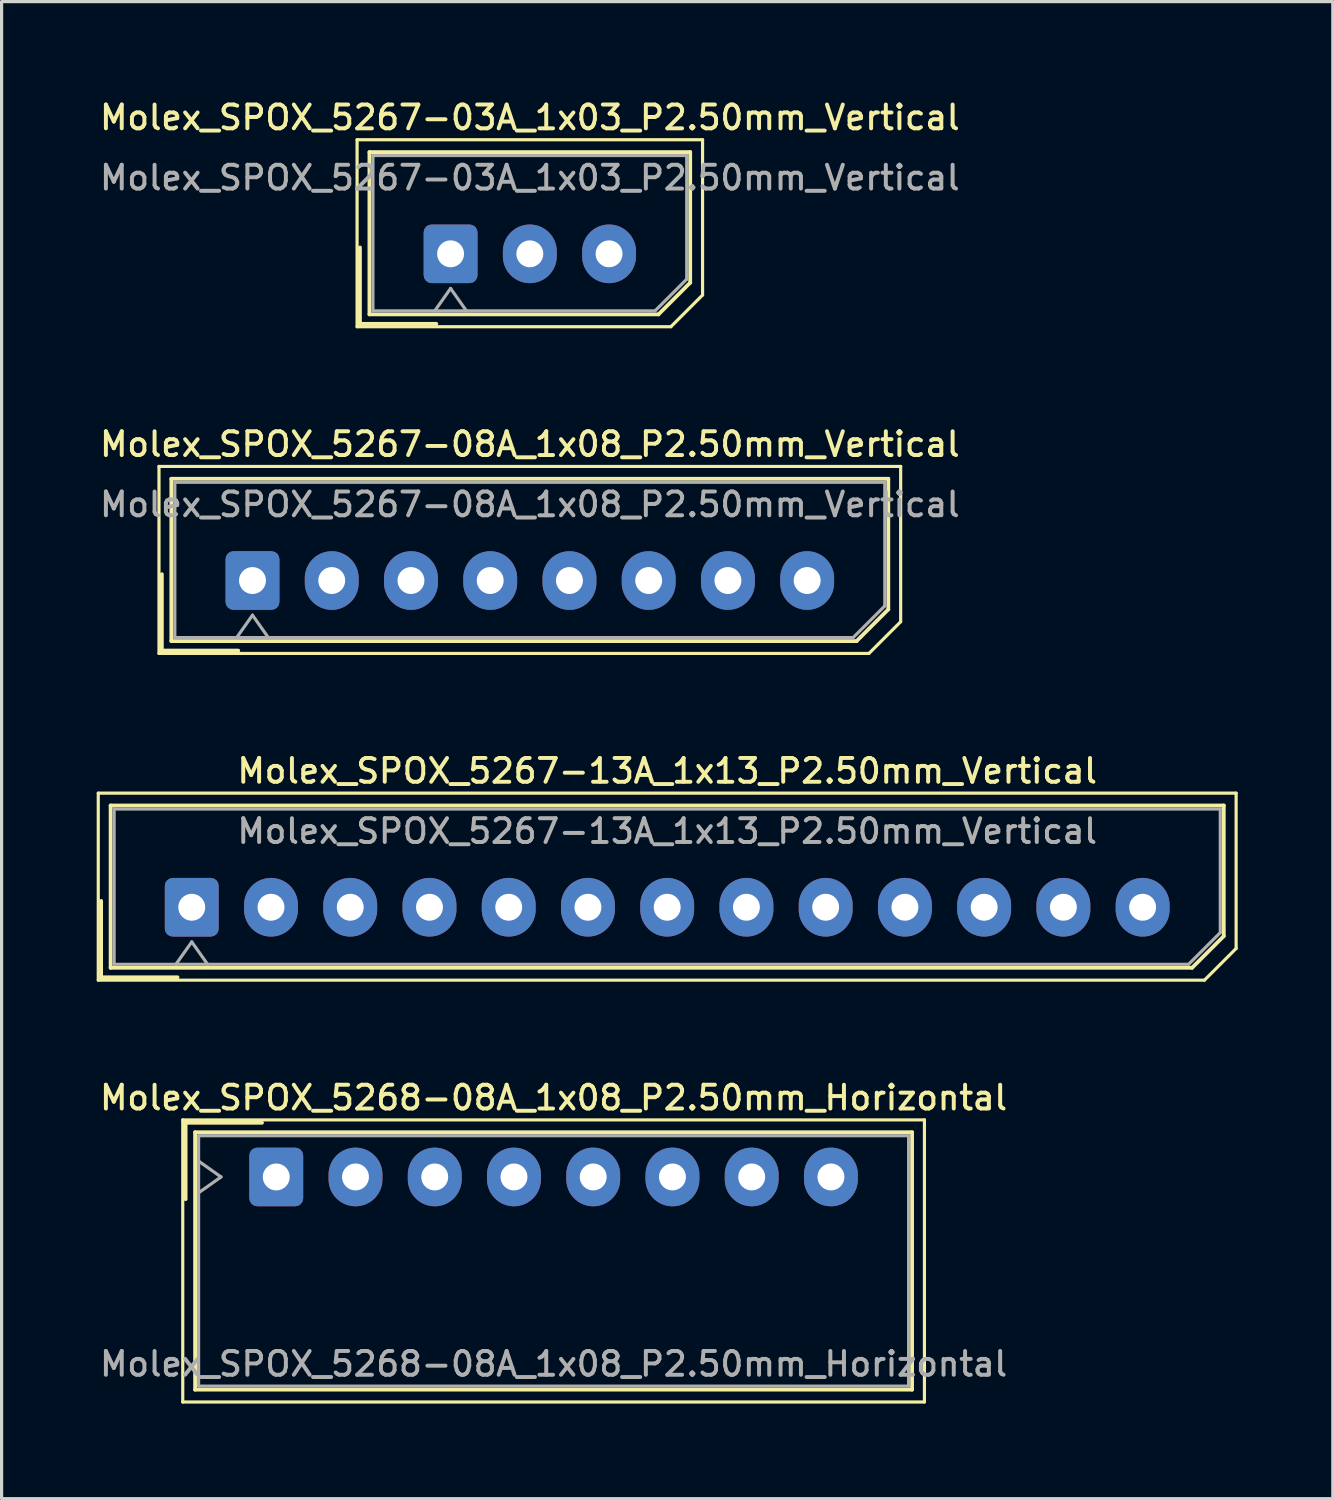
<source format=kicad_pcb>
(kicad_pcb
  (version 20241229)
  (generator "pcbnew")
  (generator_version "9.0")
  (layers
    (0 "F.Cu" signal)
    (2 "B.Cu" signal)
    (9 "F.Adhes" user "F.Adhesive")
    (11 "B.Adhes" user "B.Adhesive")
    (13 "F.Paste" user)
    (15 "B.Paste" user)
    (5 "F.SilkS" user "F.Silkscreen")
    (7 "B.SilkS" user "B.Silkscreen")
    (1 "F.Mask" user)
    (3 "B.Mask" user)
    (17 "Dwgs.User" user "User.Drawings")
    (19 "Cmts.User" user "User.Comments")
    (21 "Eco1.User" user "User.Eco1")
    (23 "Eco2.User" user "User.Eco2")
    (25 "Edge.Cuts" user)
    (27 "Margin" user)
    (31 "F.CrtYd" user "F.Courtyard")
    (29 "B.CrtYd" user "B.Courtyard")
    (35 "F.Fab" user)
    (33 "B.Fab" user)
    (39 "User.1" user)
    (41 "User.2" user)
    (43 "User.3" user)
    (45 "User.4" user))
  (footprint "Molex_SPOX_5267-03A_1x03_P2.50mm_Vertical"
    (layer "F.Cu")
    (at 11.166 4.958)
    (property "Reference" "Molex_SPOX_5267-03A_1x03_P2.50mm_Vertical" (at 2.5 -4.3 0) (layer "F.SilkS") (effects (font (size 0.75 0.75) (thickness 0.125))))
    (attr through_hole)
    (fp_line (start -2.95 -3.6) (end -2.95 2.3) (stroke (width 0.1) (type solid)) (layer "F.SilkS"))
    (fp_line (start -2.95 2.3) (end 6.95 2.3) (stroke (width 0.1) (type solid)) (layer "F.SilkS"))
    (fp_line (start -2.86 -0.2) (end -2.86 2.21) (stroke (width 0.12) (type solid)) (layer "F.SilkS"))
    (fp_line (start -2.86 2.21) (end -0.45 2.21) (stroke (width 0.12) (type solid)) (layer "F.SilkS"))
    (fp_line (start -2.56 -3.21) (end -2.56 1.91) (stroke (width 0.12) (type solid)) (layer "F.SilkS"))
    (fp_line (start -2.56 1.91) (end 6.56 1.91) (stroke (width 0.12) (type solid)) (layer "F.SilkS"))
    (fp_line (start 6.56 1.91) (end 7.56 0.91) (stroke (width 0.12) (type solid)) (layer "F.SilkS"))
    (fp_line (start 6.95 2.3) (end 7.95 1.3) (stroke (width 0.1) (type solid)) (layer "F.SilkS"))
    (fp_line (start 7.56 -3.21) (end -2.56 -3.21) (stroke (width 0.12) (type solid)) (layer "F.SilkS"))
    (fp_line (start 7.56 0.91) (end 7.56 -3.21) (stroke (width 0.12) (type solid)) (layer "F.SilkS"))
    (fp_line (start 7.95 -3.6) (end -2.95 -3.6) (stroke (width 0.1) (type solid)) (layer "F.SilkS"))
    (fp_line (start 7.95 1.3) (end 7.95 -3.6) (stroke (width 0.1) (type solid)) (layer "F.SilkS"))
    (fp_line (start -2.45 -3.1) (end -2.45 1.8) (stroke (width 0.1) (type solid)) (layer "F.Fab"))
    (fp_line (start -2.45 1.8) (end 6.45 1.8) (stroke (width 0.1) (type solid)) (layer "F.Fab"))
    (fp_line (start -0.5 1.8) (end 0 1.093) (stroke (width 0.1) (type solid)) (layer "F.Fab"))
    (fp_line (start 0 1.093) (end 0.5 1.8) (stroke (width 0.1) (type solid)) (layer "F.Fab"))
    (fp_line (start 6.45 1.8) (end 7.45 0.8) (stroke (width 0.1) (type solid)) (layer "F.Fab"))
    (fp_line (start 7.45 -3.1) (end -2.45 -3.1) (stroke (width 0.1) (type solid)) (layer "F.Fab"))
    (fp_line (start 7.45 0.8) (end 7.45 -3.1) (stroke (width 0.1) (type solid)) (layer "F.Fab"))
    (fp_text user "${REFERENCE}" (at 2.5 -2.4 0) (layer "F.Fab") (effects (font (size 0.75 0.75) (thickness 0.125))))
    (pad "1" thru_hole roundrect (at 0 0) (size 1.7 1.85) (drill 0.85) (layers "*.Cu" "*.Mask") (roundrect_rratio 0.147))
    (pad "2" thru_hole oval (at 2.5 0) (size 1.7 1.85) (drill 0.85) (layers "*.Cu" "*.Mask"))
    (pad "3" thru_hole oval (at 5 0) (size 1.7 1.85) (drill 0.85) (layers "*.Cu" "*.Mask")))
  (footprint "Molex_SPOX_5268-08A_1x08_P2.50mm_Horizontal"
    (layer "F.Cu")
    (at 5.666 34.083)
    (property "Reference" "Molex_SPOX_5268-08A_1x08_P2.50mm_Horizontal" (at 8.75 -2.5 0) (layer "F.SilkS") (effects (font (size 0.75 0.75) (thickness 0.125))))
    (attr through_hole)
    (fp_line (start -2.95 -1.8) (end -2.95 7.1) (stroke (width 0.1) (type solid)) (layer "F.SilkS"))
    (fp_line (start -2.95 7.1) (end 20.45 7.1) (stroke (width 0.1) (type solid)) (layer "F.SilkS"))
    (fp_line (start -2.86 -1.71) (end -0.45 -1.71) (stroke (width 0.12) (type solid)) (layer "F.SilkS"))
    (fp_line (start -2.86 0.7) (end -2.86 -1.71) (stroke (width 0.12) (type solid)) (layer "F.SilkS"))
    (fp_line (start -2.56 -1.41) (end -2.56 6.71) (stroke (width 0.12) (type solid)) (layer "F.SilkS"))
    (fp_line (start -2.56 6.71) (end 20.06 6.71) (stroke (width 0.12) (type solid)) (layer "F.SilkS"))
    (fp_line (start 20.06 -1.41) (end -2.56 -1.41) (stroke (width 0.12) (type solid)) (layer "F.SilkS"))
    (fp_line (start 20.06 6.71) (end 20.06 -1.41) (stroke (width 0.12) (type solid)) (layer "F.SilkS"))
    (fp_line (start 20.45 -1.8) (end -2.95 -1.8) (stroke (width 0.1) (type solid)) (layer "F.SilkS"))
    (fp_line (start 20.45 7.1) (end 20.45 -1.8) (stroke (width 0.1) (type solid)) (layer "F.SilkS"))
    (fp_line (start -2.45 -1.3) (end -2.45 6.6) (stroke (width 0.1) (type solid)) (layer "F.Fab"))
    (fp_line (start -2.45 0.5) (end -1.743 0) (stroke (width 0.1) (type solid)) (layer "F.Fab"))
    (fp_line (start -2.45 6.6) (end 19.95 6.6) (stroke (width 0.1) (type solid)) (layer "F.Fab"))
    (fp_line (start -1.743 0) (end -2.45 -0.5) (stroke (width 0.1) (type solid)) (layer "F.Fab"))
    (fp_line (start 19.95 -1.3) (end -2.45 -1.3) (stroke (width 0.1) (type solid)) (layer "F.Fab"))
    (fp_line (start 19.95 6.6) (end 19.95 -1.3) (stroke (width 0.1) (type solid)) (layer "F.Fab"))
    (fp_text user "${REFERENCE}" (at 8.75 5.9 0) (layer "F.Fab") (effects (font (size 0.75 0.75) (thickness 0.125))))
    (pad "1" thru_hole roundrect (at 0 0) (size 1.7 1.85) (drill 0.85) (layers "*.Cu" "*.Mask") (roundrect_rratio 0.147))
    (pad "2" thru_hole oval (at 2.5 0) (size 1.7 1.85) (drill 0.85) (layers "*.Cu" "*.Mask"))
    (pad "3" thru_hole oval (at 5 0) (size 1.7 1.85) (drill 0.85) (layers "*.Cu" "*.Mask"))
    (pad "4" thru_hole oval (at 7.5 0) (size 1.7 1.85) (drill 0.85) (layers "*.Cu" "*.Mask"))
    (pad "5" thru_hole oval (at 10 0) (size 1.7 1.85) (drill 0.85) (layers "*.Cu" "*.Mask"))
    (pad "6" thru_hole oval (at 12.5 0) (size 1.7 1.85) (drill 0.85) (layers "*.Cu" "*.Mask"))
    (pad "7" thru_hole oval (at 15 0) (size 1.7 1.85) (drill 0.85) (layers "*.Cu" "*.Mask"))
    (pad "8" thru_hole oval (at 17.5 0) (size 1.7 1.85) (drill 0.85) (layers "*.Cu" "*.Mask")))
  (footprint "Molex_SPOX_5267-13A_1x13_P2.50mm_Vertical"
    (layer "F.Cu")
    (at 3 25.574)
    (property "Reference" "Molex_SPOX_5267-13A_1x13_P2.50mm_Vertical" (at 15 -4.3 0) (layer "F.SilkS") (effects (font (size 0.75 0.75) (thickness 0.125))))
    (attr through_hole)
    (fp_line (start -2.95 -3.6) (end -2.95 2.3) (stroke (width 0.1) (type solid)) (layer "F.SilkS"))
    (fp_line (start -2.95 2.3) (end 31.95 2.3) (stroke (width 0.1) (type solid)) (layer "F.SilkS"))
    (fp_line (start -2.86 -0.2) (end -2.86 2.21) (stroke (width 0.12) (type solid)) (layer "F.SilkS"))
    (fp_line (start -2.86 2.21) (end -0.45 2.21) (stroke (width 0.12) (type solid)) (layer "F.SilkS"))
    (fp_line (start -2.56 -3.21) (end -2.56 1.91) (stroke (width 0.12) (type solid)) (layer "F.SilkS"))
    (fp_line (start -2.56 1.91) (end 31.56 1.91) (stroke (width 0.12) (type solid)) (layer "F.SilkS"))
    (fp_line (start 31.56 1.91) (end 32.56 0.91) (stroke (width 0.12) (type solid)) (layer "F.SilkS"))
    (fp_line (start 31.95 2.3) (end 32.95 1.3) (stroke (width 0.1) (type solid)) (layer "F.SilkS"))
    (fp_line (start 32.56 -3.21) (end -2.56 -3.21) (stroke (width 0.12) (type solid)) (layer "F.SilkS"))
    (fp_line (start 32.56 0.91) (end 32.56 -3.21) (stroke (width 0.12) (type solid)) (layer "F.SilkS"))
    (fp_line (start 32.95 -3.6) (end -2.95 -3.6) (stroke (width 0.1) (type solid)) (layer "F.SilkS"))
    (fp_line (start 32.95 1.3) (end 32.95 -3.6) (stroke (width 0.1) (type solid)) (layer "F.SilkS"))
    (fp_line (start -2.45 -3.1) (end -2.45 1.8) (stroke (width 0.1) (type solid)) (layer "F.Fab"))
    (fp_line (start -2.45 1.8) (end 31.45 1.8) (stroke (width 0.1) (type solid)) (layer "F.Fab"))
    (fp_line (start -0.5 1.8) (end 0 1.093) (stroke (width 0.1) (type solid)) (layer "F.Fab"))
    (fp_line (start 0 1.093) (end 0.5 1.8) (stroke (width 0.1) (type solid)) (layer "F.Fab"))
    (fp_line (start 31.45 1.8) (end 32.45 0.8) (stroke (width 0.1) (type solid)) (layer "F.Fab"))
    (fp_line (start 32.45 -3.1) (end -2.45 -3.1) (stroke (width 0.1) (type solid)) (layer "F.Fab"))
    (fp_line (start 32.45 0.8) (end 32.45 -3.1) (stroke (width 0.1) (type solid)) (layer "F.Fab"))
    (fp_text user "${REFERENCE}" (at 15 -2.4 0) (layer "F.Fab") (effects (font (size 0.75 0.75) (thickness 0.125))))
    (pad "1" thru_hole roundrect (at 0 0) (size 1.7 1.85) (drill 0.85) (layers "*.Cu" "*.Mask") (roundrect_rratio 0.147))
    (pad "2" thru_hole oval (at 2.5 0) (size 1.7 1.85) (drill 0.85) (layers "*.Cu" "*.Mask"))
    (pad "3" thru_hole oval (at 5 0) (size 1.7 1.85) (drill 0.85) (layers "*.Cu" "*.Mask"))
    (pad "4" thru_hole oval (at 7.5 0) (size 1.7 1.85) (drill 0.85) (layers "*.Cu" "*.Mask"))
    (pad "5" thru_hole oval (at 10 0) (size 1.7 1.85) (drill 0.85) (layers "*.Cu" "*.Mask"))
    (pad "6" thru_hole oval (at 12.5 0) (size 1.7 1.85) (drill 0.85) (layers "*.Cu" "*.Mask"))
    (pad "7" thru_hole oval (at 15 0) (size 1.7 1.85) (drill 0.85) (layers "*.Cu" "*.Mask"))
    (pad "8" thru_hole oval (at 17.5 0) (size 1.7 1.85) (drill 0.85) (layers "*.Cu" "*.Mask"))
    (pad "9" thru_hole oval (at 20 0) (size 1.7 1.85) (drill 0.85) (layers "*.Cu" "*.Mask"))
    (pad "10" thru_hole oval (at 22.5 0) (size 1.7 1.85) (drill 0.85) (layers "*.Cu" "*.Mask"))
    (pad "11" thru_hole oval (at 25 0) (size 1.7 1.85) (drill 0.85) (layers "*.Cu" "*.Mask"))
    (pad "12" thru_hole oval (at 27.5 0) (size 1.7 1.85) (drill 0.85) (layers "*.Cu" "*.Mask"))
    (pad "13" thru_hole oval (at 30 0) (size 1.7 1.85) (drill 0.85) (layers "*.Cu" "*.Mask")))
  (footprint "Molex_SPOX_5267-08A_1x08_P2.50mm_Vertical"
    (layer "F.Cu")
    (at 4.916 15.266)
    (property "Reference" "Molex_SPOX_5267-08A_1x08_P2.50mm_Vertical" (at 8.75 -4.3 0) (layer "F.SilkS") (effects (font (size 0.75 0.75) (thickness 0.125))))
    (attr through_hole)
    (fp_line (start -2.95 -3.6) (end -2.95 2.3) (stroke (width 0.1) (type solid)) (layer "F.SilkS"))
    (fp_line (start -2.95 2.3) (end 19.45 2.3) (stroke (width 0.1) (type solid)) (layer "F.SilkS"))
    (fp_line (start -2.86 -0.2) (end -2.86 2.21) (stroke (width 0.12) (type solid)) (layer "F.SilkS"))
    (fp_line (start -2.86 2.21) (end -0.45 2.21) (stroke (width 0.12) (type solid)) (layer "F.SilkS"))
    (fp_line (start -2.56 -3.21) (end -2.56 1.91) (stroke (width 0.12) (type solid)) (layer "F.SilkS"))
    (fp_line (start -2.56 1.91) (end 19.06 1.91) (stroke (width 0.12) (type solid)) (layer "F.SilkS"))
    (fp_line (start 19.06 1.91) (end 20.06 0.91) (stroke (width 0.12) (type solid)) (layer "F.SilkS"))
    (fp_line (start 19.45 2.3) (end 20.45 1.3) (stroke (width 0.1) (type solid)) (layer "F.SilkS"))
    (fp_line (start 20.06 -3.21) (end -2.56 -3.21) (stroke (width 0.12) (type solid)) (layer "F.SilkS"))
    (fp_line (start 20.06 0.91) (end 20.06 -3.21) (stroke (width 0.12) (type solid)) (layer "F.SilkS"))
    (fp_line (start 20.45 -3.6) (end -2.95 -3.6) (stroke (width 0.1) (type solid)) (layer "F.SilkS"))
    (fp_line (start 20.45 1.3) (end 20.45 -3.6) (stroke (width 0.1) (type solid)) (layer "F.SilkS"))
    (fp_line (start -2.45 -3.1) (end -2.45 1.8) (stroke (width 0.1) (type solid)) (layer "F.Fab"))
    (fp_line (start -2.45 1.8) (end 18.95 1.8) (stroke (width 0.1) (type solid)) (layer "F.Fab"))
    (fp_line (start -0.5 1.8) (end 0 1.093) (stroke (width 0.1) (type solid)) (layer "F.Fab"))
    (fp_line (start 0 1.093) (end 0.5 1.8) (stroke (width 0.1) (type solid)) (layer "F.Fab"))
    (fp_line (start 18.95 1.8) (end 19.95 0.8) (stroke (width 0.1) (type solid)) (layer "F.Fab"))
    (fp_line (start 19.95 -3.1) (end -2.45 -3.1) (stroke (width 0.1) (type solid)) (layer "F.Fab"))
    (fp_line (start 19.95 0.8) (end 19.95 -3.1) (stroke (width 0.1) (type solid)) (layer "F.Fab"))
    (fp_text user "${REFERENCE}" (at 8.75 -2.4 0) (layer "F.Fab") (effects (font (size 0.75 0.75) (thickness 0.125))))
    (pad "1" thru_hole roundrect (at 0 0) (size 1.7 1.85) (drill 0.85) (layers "*.Cu" "*.Mask") (roundrect_rratio 0.147))
    (pad "2" thru_hole oval (at 2.5 0) (size 1.7 1.85) (drill 0.85) (layers "*.Cu" "*.Mask"))
    (pad "3" thru_hole oval (at 5 0) (size 1.7 1.85) (drill 0.85) (layers "*.Cu" "*.Mask"))
    (pad "4" thru_hole oval (at 7.5 0) (size 1.7 1.85) (drill 0.85) (layers "*.Cu" "*.Mask"))
    (pad "5" thru_hole oval (at 10 0) (size 1.7 1.85) (drill 0.85) (layers "*.Cu" "*.Mask"))
    (pad "6" thru_hole oval (at 12.5 0) (size 1.7 1.85) (drill 0.85) (layers "*.Cu" "*.Mask"))
    (pad "7" thru_hole oval (at 15 0) (size 1.7 1.85) (drill 0.85) (layers "*.Cu" "*.Mask"))
    (pad "8" thru_hole oval (at 17.5 0) (size 1.7 1.85) (drill 0.85) (layers "*.Cu" "*.Mask")))
  (gr_rect
    (start -3 -3)
    (end 39 44.233)
    (stroke (width 0.1) (type default))
    (fill no)
    (layer "Edge.Cuts")))
</source>
